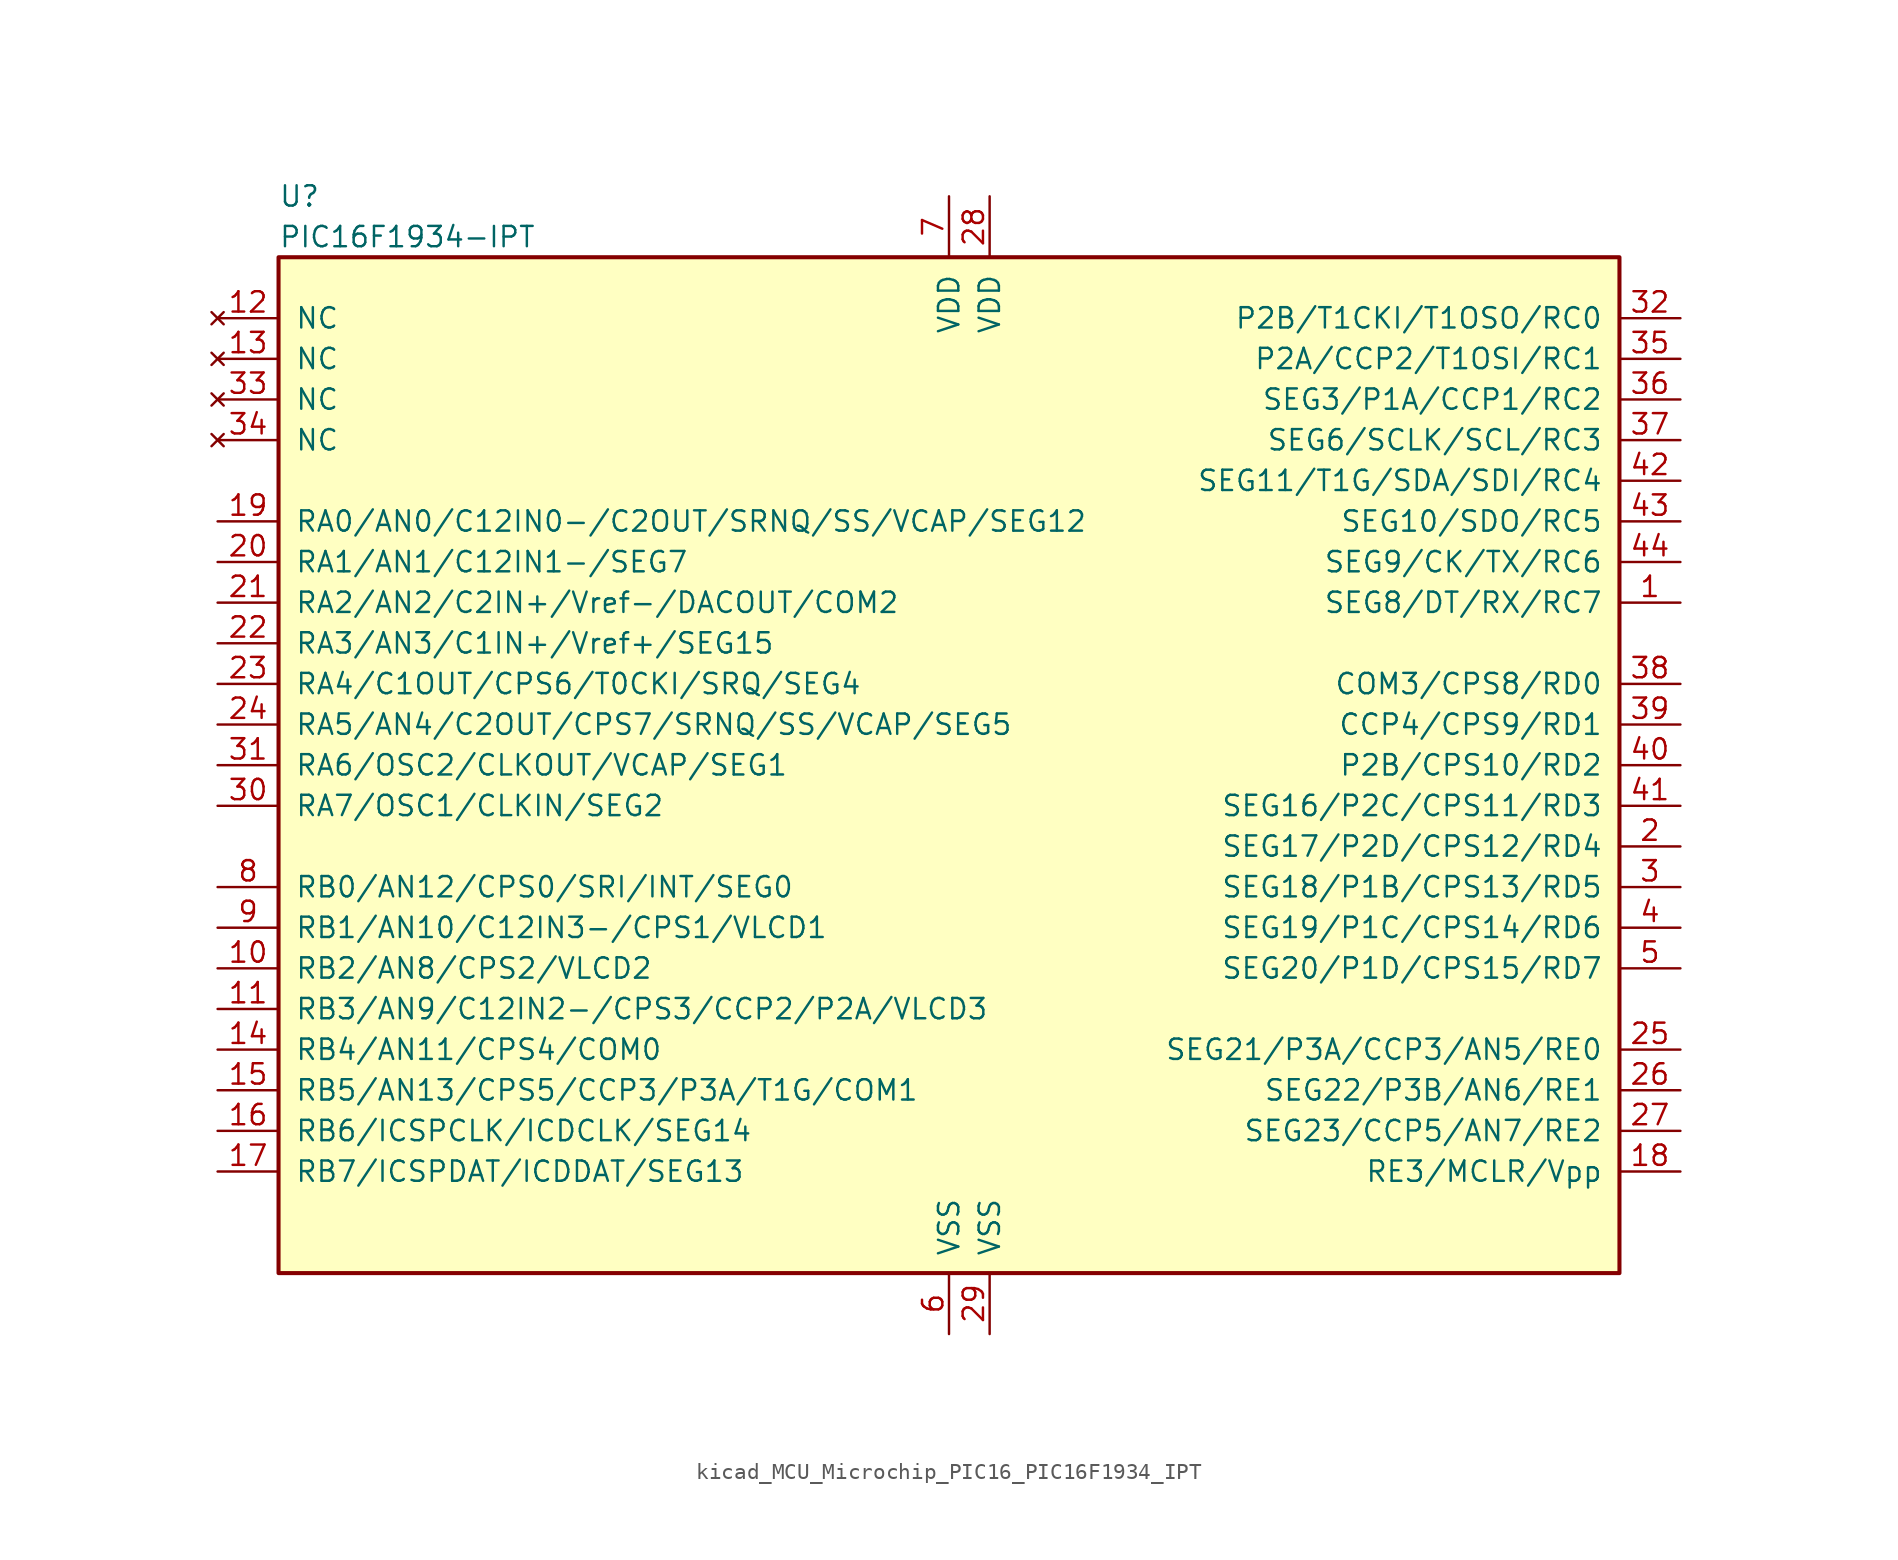
<source format=kicad_sym>
(kicad_symbol_lib
  (version 20220914)
  (generator kicad_symbol_editor)
  (symbol "kicad_MCU_Microchip_PIC16_PIC16F1934_IPT"
    (pin_names
      (offset 1.016))
    (property "Reference" "U"
      (at -41.91 35.56 0)
      (effects (font (size 1.27 1.27)) (justify left)))
    (property "Value" "PIC16F1934-IPT"
      (at -41.91 33.02 0)
      (effects (font (size 1.27 1.27)) (justify left)))
    (symbol "kicad_MCU_Microchip_PIC16_PIC16F1934_IPT_0_1"
      (rectangle (start -41.91 31.75) (end 41.91 -31.75) (stroke (width 0.254) (type default)) (fill (type background))))
    (symbol "kicad_MCU_Microchip_PIC16_PIC16F1934_IPT_1_1"
      (pin bidirectional line (at 45.72 10.16 180) (length 3.81) (name "SEG8/DT/RX/RC7" (effects (font (size 1.27 1.27)))) (number "1" (effects (font (size 1.27 1.27)))))
      (pin bidirectional line (at -45.72 -12.7 0) (length 3.81) (name "RB2/AN8/CPS2/VLCD2" (effects (font (size 1.27 1.27)))) (number "10" (effects (font (size 1.27 1.27)))))
      (pin bidirectional line (at -45.72 -15.24 0) (length 3.81) (name "RB3/AN9/C12IN2-/CPS3/CCP2/P2A/VLCD3" (effects (font (size 1.27 1.27)))) (number "11" (effects (font (size 1.27 1.27)))))
      (pin no_connect line (at -45.72 27.94 0) (length 3.81) (name "NC" (effects (font (size 1.27 1.27)))) (number "12" (effects (font (size 1.27 1.27)))))
      (pin no_connect line (at -45.72 25.4 0) (length 3.81) (name "NC" (effects (font (size 1.27 1.27)))) (number "13" (effects (font (size 1.27 1.27)))))
      (pin bidirectional line (at -45.72 -17.78 0) (length 3.81) (name "RB4/AN11/CPS4/COM0" (effects (font (size 1.27 1.27)))) (number "14" (effects (font (size 1.27 1.27)))))
      (pin bidirectional line (at -45.72 -20.32 0) (length 3.81) (name "RB5/AN13/CPS5/CCP3/P3A/T1G/COM1" (effects (font (size 1.27 1.27)))) (number "15" (effects (font (size 1.27 1.27)))))
      (pin bidirectional line (at -45.72 -22.86 0) (length 3.81) (name "RB6/ICSPCLK/ICDCLK/SEG14" (effects (font (size 1.27 1.27)))) (number "16" (effects (font (size 1.27 1.27)))))
      (pin bidirectional line (at -45.72 -25.4 0) (length 3.81) (name "RB7/ICSPDAT/ICDDAT/SEG13" (effects (font (size 1.27 1.27)))) (number "17" (effects (font (size 1.27 1.27)))))
      (pin bidirectional line (at 45.72 -25.4 180) (length 3.81) (name "RE3/MCLR/Vpp" (effects (font (size 1.27 1.27)))) (number "18" (effects (font (size 1.27 1.27)))))
      (pin bidirectional line (at -45.72 15.24 0) (length 3.81) (name "RA0/AN0/C12IN0-/C2OUT/SRNQ/SS/VCAP/SEG12" (effects (font (size 1.27 1.27)))) (number "19" (effects (font (size 1.27 1.27)))))
      (pin bidirectional line (at 45.72 -5.08 180) (length 3.81) (name "SEG17/P2D/CPS12/RD4" (effects (font (size 1.27 1.27)))) (number "2" (effects (font (size 1.27 1.27)))))
      (pin bidirectional line (at -45.72 12.7 0) (length 3.81) (name "RA1/AN1/C12IN1-/SEG7" (effects (font (size 1.27 1.27)))) (number "20" (effects (font (size 1.27 1.27)))))
      (pin bidirectional line (at -45.72 10.16 0) (length 3.81) (name "RA2/AN2/C2IN+/Vref-/DACOUT/COM2" (effects (font (size 1.27 1.27)))) (number "21" (effects (font (size 1.27 1.27)))))
      (pin bidirectional line (at -45.72 7.62 0) (length 3.81) (name "RA3/AN3/C1IN+/Vref+/SEG15" (effects (font (size 1.27 1.27)))) (number "22" (effects (font (size 1.27 1.27)))))
      (pin bidirectional line (at -45.72 5.08 0) (length 3.81) (name "RA4/C1OUT/CPS6/T0CKI/SRQ/SEG4" (effects (font (size 1.27 1.27)))) (number "23" (effects (font (size 1.27 1.27)))))
      (pin bidirectional line (at -45.72 2.54 0) (length 3.81) (name "RA5/AN4/C2OUT/CPS7/SRNQ/SS/VCAP/SEG5" (effects (font (size 1.27 1.27)))) (number "24" (effects (font (size 1.27 1.27)))))
      (pin bidirectional line (at 45.72 -17.78 180) (length 3.81) (name "SEG21/P3A/CCP3/AN5/RE0" (effects (font (size 1.27 1.27)))) (number "25" (effects (font (size 1.27 1.27)))))
      (pin bidirectional line (at 45.72 -20.32 180) (length 3.81) (name "SEG22/P3B/AN6/RE1" (effects (font (size 1.27 1.27)))) (number "26" (effects (font (size 1.27 1.27)))))
      (pin bidirectional line (at 45.72 -22.86 180) (length 3.81) (name "SEG23/CCP5/AN7/RE2" (effects (font (size 1.27 1.27)))) (number "27" (effects (font (size 1.27 1.27)))))
      (pin power_in line (at 2.54 35.56 270) (length 3.81) (name "VDD" (effects (font (size 1.27 1.27)))) (number "28" (effects (font (size 1.27 1.27)))))
      (pin power_in line (at 2.54 -35.56 90) (length 3.81) (name "VSS" (effects (font (size 1.27 1.27)))) (number "29" (effects (font (size 1.27 1.27)))))
      (pin bidirectional line (at 45.72 -7.62 180) (length 3.81) (name "SEG18/P1B/CPS13/RD5" (effects (font (size 1.27 1.27)))) (number "3" (effects (font (size 1.27 1.27)))))
      (pin bidirectional line (at -45.72 -2.54 0) (length 3.81) (name "RA7/OSC1/CLKIN/SEG2" (effects (font (size 1.27 1.27)))) (number "30" (effects (font (size 1.27 1.27)))))
      (pin bidirectional line (at -45.72 0 0) (length 3.81) (name "RA6/OSC2/CLKOUT/VCAP/SEG1" (effects (font (size 1.27 1.27)))) (number "31" (effects (font (size 1.27 1.27)))))
      (pin bidirectional line (at 45.72 27.94 180) (length 3.81) (name "P2B/T1CKI/T1OSO/RC0" (effects (font (size 1.27 1.27)))) (number "32" (effects (font (size 1.27 1.27)))))
      (pin no_connect line (at -45.72 22.86 0) (length 3.81) (name "NC" (effects (font (size 1.27 1.27)))) (number "33" (effects (font (size 1.27 1.27)))))
      (pin no_connect line (at -45.72 20.32 0) (length 3.81) (name "NC" (effects (font (size 1.27 1.27)))) (number "34" (effects (font (size 1.27 1.27)))))
      (pin bidirectional line (at 45.72 25.4 180) (length 3.81) (name "P2A/CCP2/T1OSI/RC1" (effects (font (size 1.27 1.27)))) (number "35" (effects (font (size 1.27 1.27)))))
      (pin bidirectional line (at 45.72 22.86 180) (length 3.81) (name "SEG3/P1A/CCP1/RC2" (effects (font (size 1.27 1.27)))) (number "36" (effects (font (size 1.27 1.27)))))
      (pin bidirectional line (at 45.72 20.32 180) (length 3.81) (name "SEG6/SCLK/SCL/RC3" (effects (font (size 1.27 1.27)))) (number "37" (effects (font (size 1.27 1.27)))))
      (pin bidirectional line (at 45.72 5.08 180) (length 3.81) (name "COM3/CPS8/RD0" (effects (font (size 1.27 1.27)))) (number "38" (effects (font (size 1.27 1.27)))))
      (pin bidirectional line (at 45.72 2.54 180) (length 3.81) (name "CCP4/CPS9/RD1" (effects (font (size 1.27 1.27)))) (number "39" (effects (font (size 1.27 1.27)))))
      (pin bidirectional line (at 45.72 -10.16 180) (length 3.81) (name "SEG19/P1C/CPS14/RD6" (effects (font (size 1.27 1.27)))) (number "4" (effects (font (size 1.27 1.27)))))
      (pin bidirectional line (at 45.72 0 180) (length 3.81) (name "P2B/CPS10/RD2" (effects (font (size 1.27 1.27)))) (number "40" (effects (font (size 1.27 1.27)))))
      (pin bidirectional line (at 45.72 -2.54 180) (length 3.81) (name "SEG16/P2C/CPS11/RD3" (effects (font (size 1.27 1.27)))) (number "41" (effects (font (size 1.27 1.27)))))
      (pin bidirectional line (at 45.72 17.78 180) (length 3.81) (name "SEG11/T1G/SDA/SDI/RC4" (effects (font (size 1.27 1.27)))) (number "42" (effects (font (size 1.27 1.27)))))
      (pin bidirectional line (at 45.72 15.24 180) (length 3.81) (name "SEG10/SDO/RC5" (effects (font (size 1.27 1.27)))) (number "43" (effects (font (size 1.27 1.27)))))
      (pin bidirectional line (at 45.72 12.7 180) (length 3.81) (name "SEG9/CK/TX/RC6" (effects (font (size 1.27 1.27)))) (number "44" (effects (font (size 1.27 1.27)))))
      (pin bidirectional line (at 45.72 -12.7 180) (length 3.81) (name "SEG20/P1D/CPS15/RD7" (effects (font (size 1.27 1.27)))) (number "5" (effects (font (size 1.27 1.27)))))
      (pin bidirectional line (at 0 -35.56 90) (length 3.81) (name "VSS" (effects (font (size 1.27 1.27)))) (number "6" (effects (font (size 1.27 1.27)))))
      (pin bidirectional line (at 0 35.56 270) (length 3.81) (name "VDD" (effects (font (size 1.27 1.27)))) (number "7" (effects (font (size 1.27 1.27)))))
      (pin bidirectional line (at -45.72 -7.62 0) (length 3.81) (name "RB0/AN12/CPS0/SRI/INT/SEG0" (effects (font (size 1.27 1.27)))) (number "8" (effects (font (size 1.27 1.27)))))
      (pin bidirectional line (at -45.72 -10.16 0) (length 3.81) (name "RB1/AN10/C12IN3-/CPS1/VLCD1" (effects (font (size 1.27 1.27)))) (number "9" (effects (font (size 1.27 1.27))))))))
</source>
